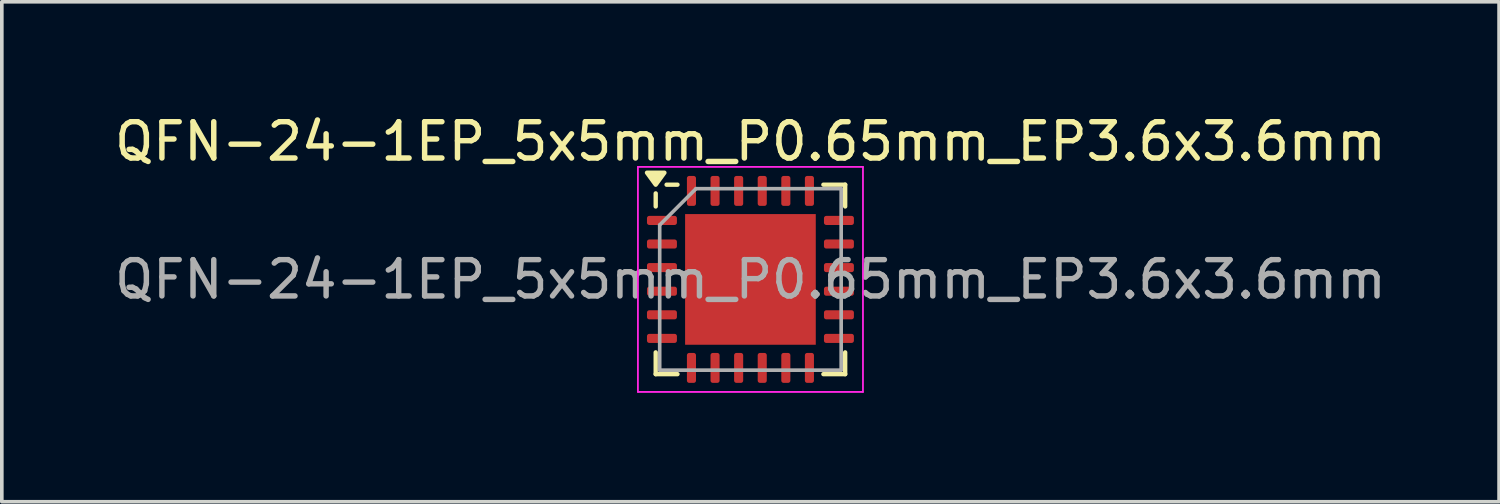
<source format=kicad_pcb>
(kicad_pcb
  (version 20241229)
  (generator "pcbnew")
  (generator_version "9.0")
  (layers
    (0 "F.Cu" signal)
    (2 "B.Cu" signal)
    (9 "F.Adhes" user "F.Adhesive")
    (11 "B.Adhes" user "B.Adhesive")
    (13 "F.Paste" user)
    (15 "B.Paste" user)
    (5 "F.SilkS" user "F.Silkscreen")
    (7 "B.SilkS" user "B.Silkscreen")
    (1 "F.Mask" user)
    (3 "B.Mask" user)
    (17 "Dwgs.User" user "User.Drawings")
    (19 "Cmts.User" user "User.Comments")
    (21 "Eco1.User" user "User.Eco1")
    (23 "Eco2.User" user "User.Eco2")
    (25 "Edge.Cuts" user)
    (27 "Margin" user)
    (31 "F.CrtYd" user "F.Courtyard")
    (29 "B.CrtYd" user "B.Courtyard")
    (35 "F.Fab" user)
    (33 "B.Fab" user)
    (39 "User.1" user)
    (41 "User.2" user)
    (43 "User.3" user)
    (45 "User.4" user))
  (footprint "QFN-24-1EP_5x5mm_P0.65mm_EP3.6x3.6mm"
    (layer "F.Cu")
    (at 17.625 4.648)
    (property "Reference" "QFN-24-1EP_5x5mm_P0.65mm_EP3.6x3.6mm" (at 0 -3.8 0) (layer "F.SilkS") (effects (font (size 1 1) (thickness 0.15))))
    (attr smd)
    (fp_line (start -2.61 -2.01) (end -2.61 -2.37) (stroke (width 0.12) (type solid)) (layer "F.SilkS"))
    (fp_line (start -2.61 2.61) (end -2.61 2.01) (stroke (width 0.12) (type solid)) (layer "F.SilkS"))
    (fp_line (start -2.01 -2.61) (end -2.31 -2.61) (stroke (width 0.12) (type solid)) (layer "F.SilkS"))
    (fp_line (start -2.01 2.61) (end -2.61 2.61) (stroke (width 0.12) (type solid)) (layer "F.SilkS"))
    (fp_line (start 2.01 -2.61) (end 2.61 -2.61) (stroke (width 0.12) (type solid)) (layer "F.SilkS"))
    (fp_line (start 2.01 2.61) (end 2.61 2.61) (stroke (width 0.12) (type solid)) (layer "F.SilkS"))
    (fp_line (start 2.61 -2.61) (end 2.61 -2.01) (stroke (width 0.12) (type solid)) (layer "F.SilkS"))
    (fp_line (start 2.61 2.61) (end 2.61 2.01) (stroke (width 0.12) (type solid)) (layer "F.SilkS"))
    (fp_poly (pts (xy -2.61 -2.61) (xy -2.85 -2.94) (xy -2.37 -2.94) (xy -2.61 -2.61)) (stroke (width 0.12) (type solid)) (fill yes) (layer "F.SilkS"))
    (fp_line (start -3.1 -3.1) (end -3.1 3.1) (stroke (width 0.05) (type solid)) (layer "F.CrtYd"))
    (fp_line (start -3.1 3.1) (end 3.1 3.1) (stroke (width 0.05) (type solid)) (layer "F.CrtYd"))
    (fp_line (start 3.1 -3.1) (end -3.1 -3.1) (stroke (width 0.05) (type solid)) (layer "F.CrtYd"))
    (fp_line (start 3.1 3.1) (end 3.1 -3.1) (stroke (width 0.05) (type solid)) (layer "F.CrtYd"))
    (fp_line (start -2.5 -1.5) (end -1.5 -2.5) (stroke (width 0.1) (type solid)) (layer "F.Fab"))
    (fp_line (start -2.5 2.5) (end -2.5 -1.5) (stroke (width 0.1) (type solid)) (layer "F.Fab"))
    (fp_line (start -1.5 -2.5) (end 2.5 -2.5) (stroke (width 0.1) (type solid)) (layer "F.Fab"))
    (fp_line (start 2.5 -2.5) (end 2.5 2.5) (stroke (width 0.1) (type solid)) (layer "F.Fab"))
    (fp_line (start 2.5 2.5) (end -2.5 2.5) (stroke (width 0.1) (type solid)) (layer "F.Fab"))
    (fp_text user "${REFERENCE}" (at 0 0 0) (layer "F.Fab") (effects (font (size 1 1) (thickness 0.15))))
    (pad "" smd roundrect (at -1.2 -1.2) (size 0.97 0.97) (layers "F.Paste") (roundrect_rratio 0.25))
    (pad "" smd roundrect (at -1.2 0) (size 0.97 0.97) (layers "F.Paste") (roundrect_rratio 0.25))
    (pad "" smd roundrect (at -1.2 1.2) (size 0.97 0.97) (layers "F.Paste") (roundrect_rratio 0.25))
    (pad "" smd roundrect (at 0 -1.2) (size 0.97 0.97) (layers "F.Paste") (roundrect_rratio 0.25))
    (pad "" smd roundrect (at 0 0) (size 0.97 0.97) (layers "F.Paste") (roundrect_rratio 0.25))
    (pad "" smd roundrect (at 0 1.2) (size 0.97 0.97) (layers "F.Paste") (roundrect_rratio 0.25))
    (pad "" smd roundrect (at 1.2 -1.2) (size 0.97 0.97) (layers "F.Paste") (roundrect_rratio 0.25))
    (pad "" smd roundrect (at 1.2 0) (size 0.97 0.97) (layers "F.Paste") (roundrect_rratio 0.25))
    (pad "" smd roundrect (at 1.2 1.2) (size 0.97 0.97) (layers "F.Paste") (roundrect_rratio 0.25))
    (pad "1" smd roundrect (at -2.438 -1.625) (size 0.825 0.25) (layers "F.Cu" "F.Mask" "F.Paste") (roundrect_rratio 0.25))
    (pad "2" smd roundrect (at -2.438 -0.975) (size 0.825 0.25) (layers "F.Cu" "F.Mask" "F.Paste") (roundrect_rratio 0.25))
    (pad "3" smd roundrect (at -2.438 -0.325) (size 0.825 0.25) (layers "F.Cu" "F.Mask" "F.Paste") (roundrect_rratio 0.25))
    (pad "4" smd roundrect (at -2.438 0.325) (size 0.825 0.25) (layers "F.Cu" "F.Mask" "F.Paste") (roundrect_rratio 0.25))
    (pad "5" smd roundrect (at -2.438 0.975) (size 0.825 0.25) (layers "F.Cu" "F.Mask" "F.Paste") (roundrect_rratio 0.25))
    (pad "6" smd roundrect (at -2.438 1.625) (size 0.825 0.25) (layers "F.Cu" "F.Mask" "F.Paste") (roundrect_rratio 0.25))
    (pad "7" smd roundrect (at -1.625 2.438) (size 0.25 0.825) (layers "F.Cu" "F.Mask" "F.Paste") (roundrect_rratio 0.25))
    (pad "8" smd roundrect (at -0.975 2.438) (size 0.25 0.825) (layers "F.Cu" "F.Mask" "F.Paste") (roundrect_rratio 0.25))
    (pad "9" smd roundrect (at -0.325 2.438) (size 0.25 0.825) (layers "F.Cu" "F.Mask" "F.Paste") (roundrect_rratio 0.25))
    (pad "10" smd roundrect (at 0.325 2.438) (size 0.25 0.825) (layers "F.Cu" "F.Mask" "F.Paste") (roundrect_rratio 0.25))
    (pad "11" smd roundrect (at 0.975 2.438) (size 0.25 0.825) (layers "F.Cu" "F.Mask" "F.Paste") (roundrect_rratio 0.25))
    (pad "12" smd roundrect (at 1.625 2.438) (size 0.25 0.825) (layers "F.Cu" "F.Mask" "F.Paste") (roundrect_rratio 0.25))
    (pad "13" smd roundrect (at 2.438 1.625) (size 0.825 0.25) (layers "F.Cu" "F.Mask" "F.Paste") (roundrect_rratio 0.25))
    (pad "14" smd roundrect (at 2.438 0.975) (size 0.825 0.25) (layers "F.Cu" "F.Mask" "F.Paste") (roundrect_rratio 0.25))
    (pad "15" smd roundrect (at 2.438 0.325) (size 0.825 0.25) (layers "F.Cu" "F.Mask" "F.Paste") (roundrect_rratio 0.25))
    (pad "16" smd roundrect (at 2.438 -0.325) (size 0.825 0.25) (layers "F.Cu" "F.Mask" "F.Paste") (roundrect_rratio 0.25))
    (pad "17" smd roundrect (at 2.438 -0.975) (size 0.825 0.25) (layers "F.Cu" "F.Mask" "F.Paste") (roundrect_rratio 0.25))
    (pad "18" smd roundrect (at 2.438 -1.625) (size 0.825 0.25) (layers "F.Cu" "F.Mask" "F.Paste") (roundrect_rratio 0.25))
    (pad "19" smd roundrect (at 1.625 -2.438) (size 0.25 0.825) (layers "F.Cu" "F.Mask" "F.Paste") (roundrect_rratio 0.25))
    (pad "20" smd roundrect (at 0.975 -2.438) (size 0.25 0.825) (layers "F.Cu" "F.Mask" "F.Paste") (roundrect_rratio 0.25))
    (pad "21" smd roundrect (at 0.325 -2.438) (size 0.25 0.825) (layers "F.Cu" "F.Mask" "F.Paste") (roundrect_rratio 0.25))
    (pad "22" smd roundrect (at -0.325 -2.438) (size 0.25 0.825) (layers "F.Cu" "F.Mask" "F.Paste") (roundrect_rratio 0.25))
    (pad "23" smd roundrect (at -0.975 -2.438) (size 0.25 0.825) (layers "F.Cu" "F.Mask" "F.Paste") (roundrect_rratio 0.25))
    (pad "24" smd roundrect (at -1.625 -2.438) (size 0.25 0.825) (layers "F.Cu" "F.Mask" "F.Paste") (roundrect_rratio 0.25))
    (pad "25" smd rect (at 0 0) (size 3.6 3.6) (property pad_prop_heatsink) (layers "F.Cu" "F.Mask")))
  (gr_rect
    (start -3 -3)
    (end 38.25 10.773)
    (stroke (width 0.1) (type default))
    (fill no)
    (layer "Edge.Cuts")))
</source>
